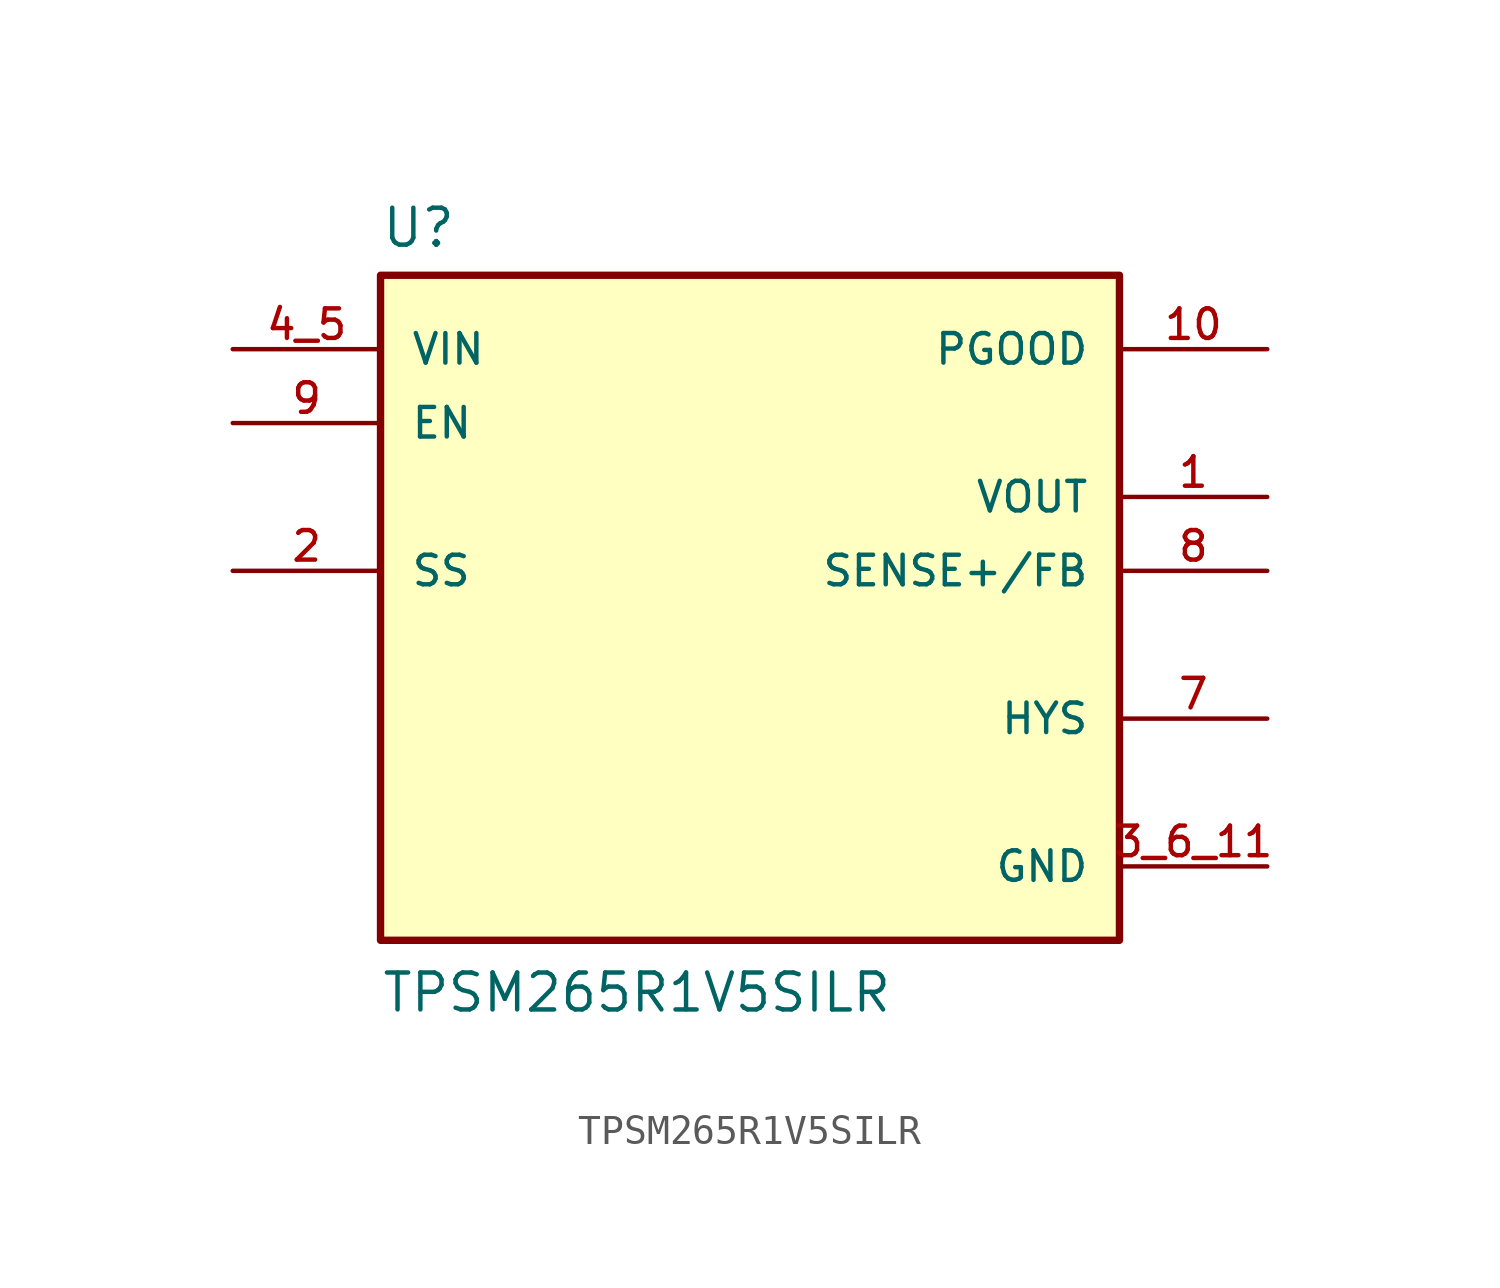
<source format=kicad_sym>
(kicad_symbol_lib
  (version 20211014)
  (generator kicad_symbol_editor)
  (symbol "TPSM265R1V5SILR"
    (pin_names
      (offset 1.016))
    (property "Reference" "U"
      (at -12.7 11.049 0.0)
      (effects (font (size 1.27 1.27)) (justify bottom left)))
    (property "Value" "TPSM265R1V5SILR"
      (at -12.7 -15.24 0.0)
      (effects (font (size 1.27 1.27)) (justify bottom left)))
    (symbol "TPSM265R1V5SILR_0_0"
      (rectangle (start -12.7 -12.7) (end 12.7 10.16) (stroke (width 0.254)) (fill (type background)))
      (pin input line (at -17.78 5.08 0) (length 5.08) (name "EN" (effects (font (size 1.016 1.016)))) (number "9" (effects (font (size 1.016 1.016)))))
      (pin input line (at 17.78 0.0 180.0) (length 5.08) (name "SENSE+/FB" (effects (font (size 1.016 1.016)))) (number "8" (effects (font (size 1.016 1.016)))))
      (pin input line (at -17.78 0.0 0) (length 5.08) (name "SS" (effects (font (size 1.016 1.016)))) (number "2" (effects (font (size 1.016 1.016)))))
      (pin input line (at -17.78 7.62 0) (length 5.08) (name "VIN" (effects (font (size 1.016 1.016)))) (number "4_5" (effects (font (size 1.016 1.016)))))
      (pin output line (at 17.78 7.62 180.0) (length 5.08) (name "PGOOD" (effects (font (size 1.016 1.016)))) (number "10" (effects (font (size 1.016 1.016)))))
      (pin output line (at 17.78 -5.08 180.0) (length 5.08) (name "HYS" (effects (font (size 1.016 1.016)))) (number "7" (effects (font (size 1.016 1.016)))))
      (pin output line (at 17.78 2.54 180.0) (length 5.08) (name "VOUT" (effects (font (size 1.016 1.016)))) (number "1" (effects (font (size 1.016 1.016)))))
      (pin power_in line (at 17.78 -10.16 180.0) (length 5.08) (name "GND" (effects (font (size 1.016 1.016)))) (number "3_6_11" (effects (font (size 1.016 1.016))))))))
</source>
